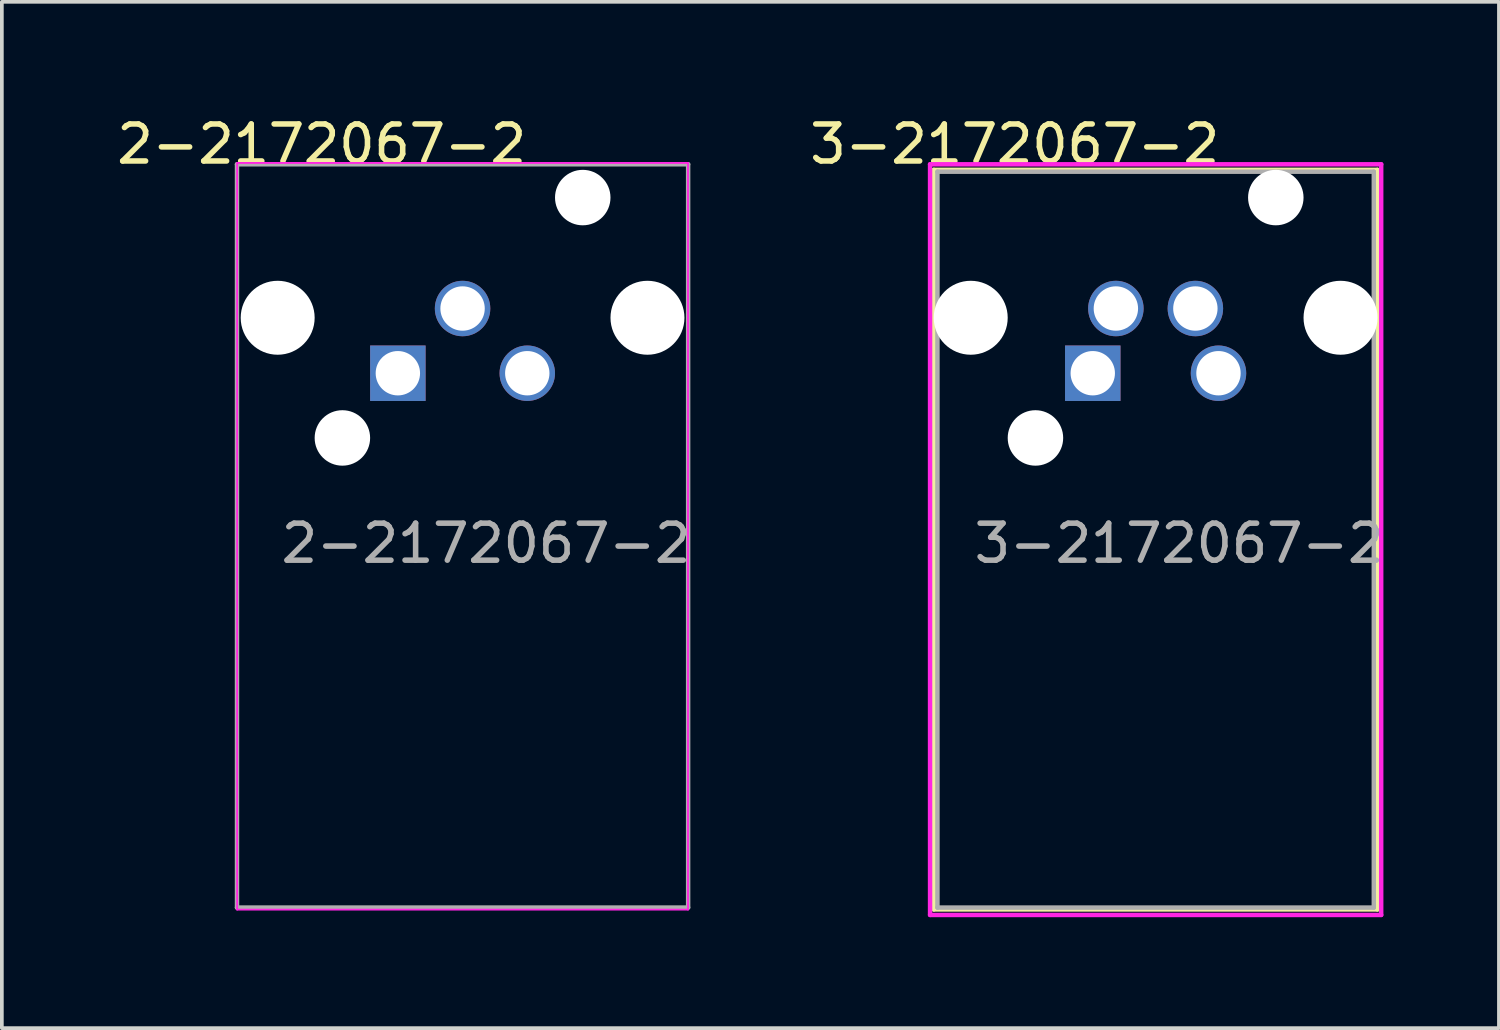
<source format=kicad_pcb>
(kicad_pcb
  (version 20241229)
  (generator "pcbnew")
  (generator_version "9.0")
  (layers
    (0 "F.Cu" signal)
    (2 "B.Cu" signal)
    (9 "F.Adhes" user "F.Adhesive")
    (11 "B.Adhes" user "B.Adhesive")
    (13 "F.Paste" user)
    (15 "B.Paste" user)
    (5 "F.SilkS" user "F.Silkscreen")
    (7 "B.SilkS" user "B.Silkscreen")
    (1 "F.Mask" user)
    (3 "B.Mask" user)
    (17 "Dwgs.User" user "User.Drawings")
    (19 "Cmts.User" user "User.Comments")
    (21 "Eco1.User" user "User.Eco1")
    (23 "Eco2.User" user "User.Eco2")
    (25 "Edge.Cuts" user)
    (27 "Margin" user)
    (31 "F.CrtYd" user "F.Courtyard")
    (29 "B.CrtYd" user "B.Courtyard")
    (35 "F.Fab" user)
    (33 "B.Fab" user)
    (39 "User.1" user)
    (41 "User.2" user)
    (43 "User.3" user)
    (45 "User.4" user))
  (footprint "3-2172067-2"
    (layer "F.Cu")
    (at 28.201 5.293)
    (property "Reference" "3-2172067-2" (at -3.81 -4.445 0) (layer "F.SilkS") (effects (font (size 1 1) (thickness 0.15))))
    (attr through_hole)
    (fp_line (start -6 -3.75) (end -6 16.25) (stroke (width 0.12) (type solid)) (layer "F.SilkS"))
    (fp_line (start -6 -3.75) (end 6 -3.75) (stroke (width 0.12) (type solid)) (layer "F.SilkS"))
    (fp_line (start -6 16.25) (end 6 16.25) (stroke (width 0.12) (type solid)) (layer "F.SilkS"))
    (fp_line (start 6 -3.75) (end 6 16.25) (stroke (width 0.12) (type solid)) (layer "F.SilkS"))
    (fp_line (start -6.1 -3.9) (end 6.1 -3.9) (stroke (width 0.12) (type solid)) (layer "F.CrtYd"))
    (fp_line (start -6.1 16.4) (end -6.1 -3.9) (stroke (width 0.12) (type solid)) (layer "F.CrtYd"))
    (fp_line (start 6.1 -3.9) (end 6.1 16.4) (stroke (width 0.12) (type solid)) (layer "F.CrtYd"))
    (fp_line (start 6.1 16.4) (end -6.1 16.4) (stroke (width 0.12) (type solid)) (layer "F.CrtYd"))
    (fp_line (start -5.9 -3.7) (end 5.9 -3.7) (stroke (width 0.12) (type solid)) (layer "F.Fab"))
    (fp_line (start -5.9 16.2) (end -5.9 -3.7) (stroke (width 0.12) (type solid)) (layer "F.Fab"))
    (fp_line (start 5.9 -3.7) (end 5.9 16.2) (stroke (width 0.12) (type solid)) (layer "F.Fab"))
    (fp_line (start 5.9 16.2) (end -5.9 16.2) (stroke (width 0.12) (type solid)) (layer "F.Fab"))
    (fp_text user "${REFERENCE}" (at 0.635 6.35 0) (layer "F.Fab") (effects (font (size 1 1) (thickness 0.15))))
    (pad "" np_thru_hole circle (at -5 0.25) (size 2 2) (drill 2) (layers "*.Cu" "*.Mask"))
    (pad "" np_thru_hole circle (at -3.25 3.5) (size 1.5 1.5) (drill 1.5) (layers "*.Cu" "*.Mask"))
    (pad "" np_thru_hole circle (at 3.25 -3) (size 1.5 1.5) (drill 1.5) (layers "*.Cu" "*.Mask"))
    (pad "" np_thru_hole circle (at 5 0.25) (size 2 2) (drill 2) (layers "*.Cu" "*.Mask"))
    (pad "1" thru_hole rect (at -1.7 1.75) (size 1.5 1.5) (drill 1.2) (layers "*.Cu" "*.Mask"))
    (pad "2" thru_hole circle (at -1.075 0) (size 1.5 1.5) (drill 1.2) (layers "*.Cu" "*.Mask"))
    (pad "3" thru_hole circle (at 1.075 0) (size 1.5 1.5) (drill 1.2) (layers "*.Cu" "*.Mask"))
    (pad "4" thru_hole circle (at 1.7 1.75) (size 1.5 1.5) (drill 1.2) (layers "*.Cu" "*.Mask")))
  (footprint "2-2172067-2"
    (layer "F.Cu")
    (at 9.459 5.293)
    (property "Reference" "2-2172067-2" (at -3.81 -4.445 0) (layer "F.SilkS") (effects (font (size 1 1) (thickness 0.15))))
    (attr through_hole)
    (fp_line (start -6.096 -3.937) (end 6.096 -3.937) (stroke (width 0.05) (type default)) (layer "F.CrtYd"))
    (fp_line (start -6.096 16.256) (end -6.096 -3.937) (stroke (width 0.05) (type default)) (layer "F.CrtYd"))
    (fp_line (start 6.096 -3.937) (end 6.096 16.129) (stroke (width 0.05) (type default)) (layer "F.CrtYd"))
    (fp_line (start 6.096 16.129) (end 6.096 16.256) (stroke (width 0.05) (type default)) (layer "F.CrtYd"))
    (fp_line (start 6.096 16.256) (end -6.096 16.256) (stroke (width 0.05) (type default)) (layer "F.CrtYd"))
    (fp_line (start -6.1 -3.9) (end 6.1 -3.9) (stroke (width 0.12) (type solid)) (layer "F.Fab"))
    (fp_line (start -6.1 16.2) (end -6.1 -3.9) (stroke (width 0.12) (type solid)) (layer "F.Fab"))
    (fp_line (start 6.1 -3.9) (end 6.1 16.2) (stroke (width 0.12) (type solid)) (layer "F.Fab"))
    (fp_line (start 6.1 16.2) (end -6.1 16.2) (stroke (width 0.12) (type solid)) (layer "F.Fab"))
    (fp_text user "${REFERENCE}" (at 0.635 6.35 0) (layer "F.Fab") (effects (font (size 1 1) (thickness 0.15))))
    (pad "" np_thru_hole circle (at -5 0.25) (size 2 2) (drill 2) (layers "*.Cu" "*.Mask"))
    (pad "" np_thru_hole circle (at -3.25 3.5) (size 1.5 1.5) (drill 1.5) (layers "*.Cu" "*.Mask"))
    (pad "" np_thru_hole circle (at 3.25 -3) (size 1.5 1.5) (drill 1.5) (layers "*.Cu" "*.Mask"))
    (pad "" np_thru_hole circle (at 5 0.25) (size 2 2) (drill 2) (layers "*.Cu" "*.Mask"))
    (pad "1" thru_hole rect (at -1.75 1.75) (size 1.5 1.5) (drill 1.2) (layers "*.Cu" "*.Mask"))
    (pad "2" thru_hole circle (at 0 0) (size 1.5 1.5) (drill 1.2) (layers "*.Cu" "*.Mask"))
    (pad "3" thru_hole circle (at 1.75 1.75) (size 1.5 1.5) (drill 1.2) (layers "*.Cu" "*.Mask")))
  (gr_rect
    (start -3 -3)
    (end 37.485 24.753)
    (stroke (width 0.1) (type default))
    (fill no)
    (layer "Edge.Cuts")))
</source>
